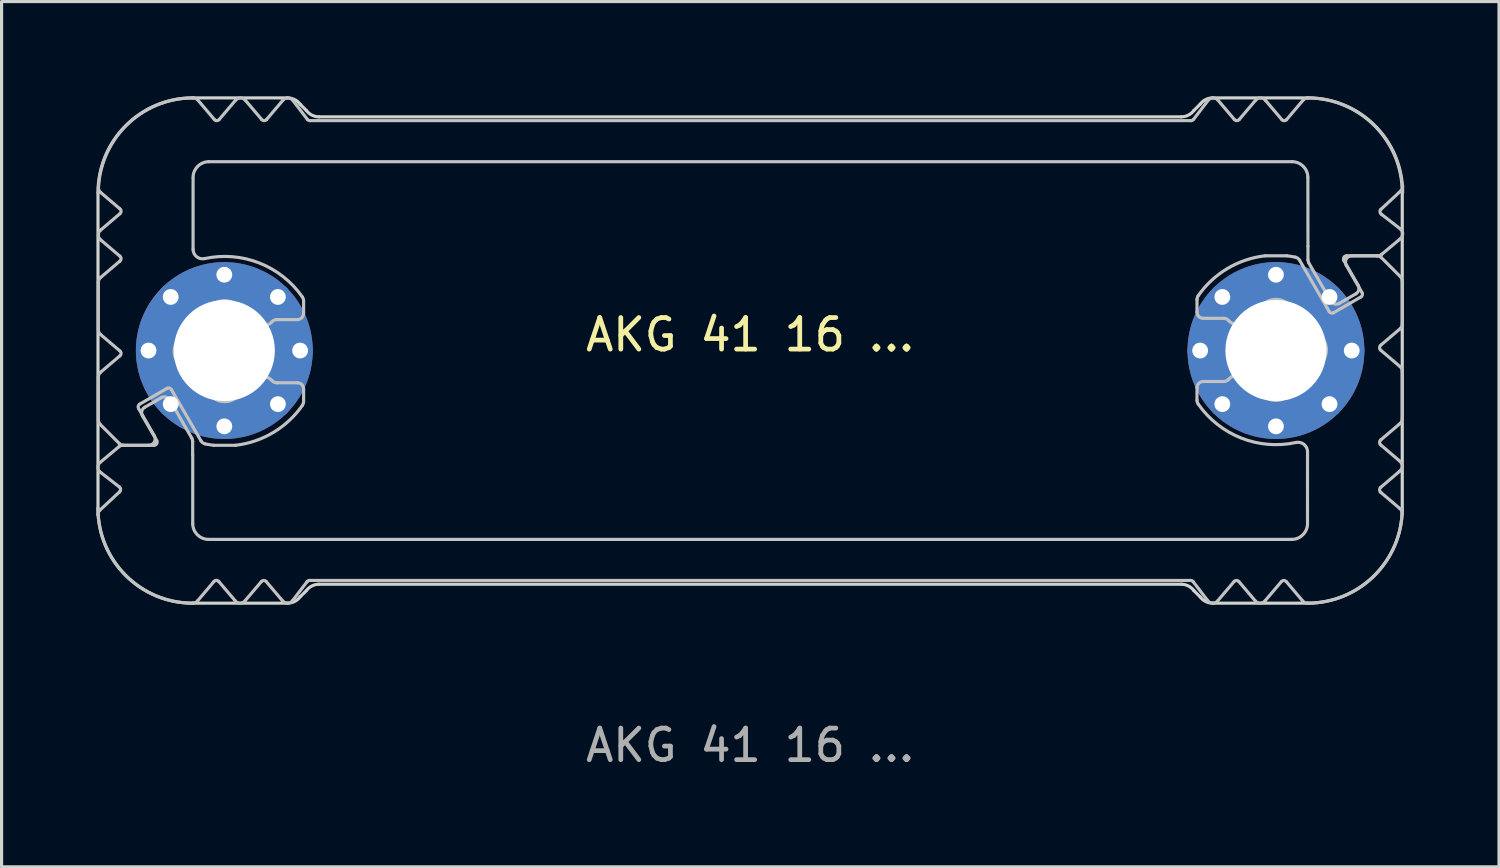
<source format=kicad_pcb>
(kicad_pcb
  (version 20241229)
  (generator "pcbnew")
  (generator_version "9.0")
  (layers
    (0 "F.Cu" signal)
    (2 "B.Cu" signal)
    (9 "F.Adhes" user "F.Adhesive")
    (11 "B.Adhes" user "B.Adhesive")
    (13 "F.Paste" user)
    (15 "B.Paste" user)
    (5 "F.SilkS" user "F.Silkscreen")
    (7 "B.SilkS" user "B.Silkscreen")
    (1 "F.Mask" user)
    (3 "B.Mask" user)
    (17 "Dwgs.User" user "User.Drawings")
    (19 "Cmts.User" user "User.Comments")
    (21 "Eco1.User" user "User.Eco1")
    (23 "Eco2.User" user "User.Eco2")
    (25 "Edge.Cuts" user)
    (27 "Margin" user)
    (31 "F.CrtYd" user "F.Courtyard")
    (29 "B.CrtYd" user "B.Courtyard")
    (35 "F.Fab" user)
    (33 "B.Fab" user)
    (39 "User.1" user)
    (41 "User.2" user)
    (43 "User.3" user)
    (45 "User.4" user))
  (footprint "AKG 41 16 ..."
    (layer "F.Cu")
    (at 20.703 8.05)
    (property "Reference" "AKG 41 16 ..." (at 0 -0.5 0) (unlocked yes) (layer "F.SilkS") (effects (font (size 1 1) (thickness 0.15))))
    (attr exclude_from_pos_files dnp)
    (fp_poly (pts (xy -13.996 -7.3) (xy 2.904 -7.3) (xy 2.904 -6) (xy -17.596 -6) (xy -17.596 -8) (xy -16.896 -7.2) (xy -16.146 -8) (xy -15.396 -7.2) (xy -14.646 -8)) (stroke (width 0.1) (type solid)) (fill yes) (layer "B.Mask"))
    (fp_poly (pts (xy -13.996 7.3) (xy 2.904 7.3) (xy 2.904 6) (xy -17.596 6) (xy -17.596 8) (xy -16.896 7.2) (xy -16.146 8) (xy -15.396 7.2) (xy -14.646 8)) (stroke (width 0.1) (type solid)) (fill yes) (layer "B.Mask"))
    (fp_poly (pts (xy 14.004 -7.3) (xy -2.896 -7.3) (xy -2.896 -6) (xy 17.604 -6) (xy 17.604 -8) (xy 16.904 -7.2) (xy 16.154 -8) (xy 15.404 -7.2) (xy 14.654 -8)) (stroke (width 0.1) (type solid)) (fill yes) (layer "B.Mask"))
    (fp_poly (pts (xy 14.004 7.3) (xy -2.896 7.3) (xy -2.896 6) (xy 17.604 6) (xy 17.604 8) (xy 16.904 7.2) (xy 16.154 8) (xy 15.404 7.2) (xy 14.654 8)) (stroke (width 0.1) (type solid)) (fill yes) (layer "B.Mask"))
    (fp_poly (pts (xy -17.696 -6.7) (xy -17.696 -4.7) (xy -17.696 0.1) (xy -19.796 0.1) (xy -20.596 -0.6) (xy -20.596 -2.2) (xy -19.696 -2.9) (xy -20.596 -3.7) (xy -19.796 -4.4) (xy -20.596 -5.1) (xy -20.596 -8) (xy -17.696 -8)) (stroke (width 0.1) (type solid)) (fill yes) (layer "B.Mask"))
    (fp_poly (pts (xy -17.696 6.7) (xy -17.696 4.7) (xy -17.696 0.1) (xy -19.796 0.1) (xy -20.596 0.8) (xy -20.596 2.2) (xy -19.796 3) (xy -20.596 3.7) (xy -19.796 4.4) (xy -20.596 5.1) (xy -20.596 8) (xy -17.696 8)) (stroke (width 0.1) (type solid)) (fill yes) (layer "B.Mask"))
    (fp_poly (pts (xy 17.704 -6.7) (xy 17.704 -4.7) (xy 17.704 -0.1) (xy 19.804 -0.1) (xy 20.604 -0.8) (xy 20.604 -2.2) (xy 19.804 -3) (xy 20.604 -3.7) (xy 19.804 -4.4) (xy 20.604 -5.1) (xy 20.604 -8) (xy 17.704 -8)) (stroke (width 0.1) (type solid)) (fill yes) (layer "B.Mask"))
    (fp_poly (pts (xy 17.704 6.7) (xy 17.704 4.7) (xy 17.704 -0.1) (xy 19.804 -0.1) (xy 20.604 0.6) (xy 20.604 2.2) (xy 19.704 2.9) (xy 20.604 3.7) (xy 19.804 4.4) (xy 20.604 5.1) (xy 20.604 8) (xy 17.704 8)) (stroke (width 0.1) (type solid)) (fill yes) (layer "B.Mask"))
    (fp_line (start -20.639 -0.66) (end -20.639 -2.16) (stroke (width 0.1) (type solid)) (layer "Dwgs.User"))
    (fp_line (start -20.639 2.197) (end -20.639 0.84) (stroke (width 0.1) (type solid)) (layer "Dwgs.User"))
    (fp_line (start -20.589 5.053) (end -19.965 4.473) (stroke (width 0.1) (type solid)) (layer "Dwgs.User"))
    (fp_line (start -20.583 3.543) (end -19.989 3.046) (stroke (width 0.1) (type solid)) (layer "Dwgs.User"))
    (fp_line (start -20.569 -3.812) (end -19.955 -4.334) (stroke (width 0.1) (type solid)) (layer "Dwgs.User"))
    (fp_line (start -20.569 -2.312) (end -19.955 -2.834) (stroke (width 0.1) (type solid)) (layer "Dwgs.User"))
    (fp_line (start -20.569 0.688) (end -19.955 0.166) (stroke (width 0.1) (type solid)) (layer "Dwgs.User"))
    (fp_line (start -19.978 2.941) (end -20.581 2.339) (stroke (width 0.1) (type solid)) (layer "Dwgs.User"))
    (fp_line (start -19.972 4.321) (end -20.575 3.853) (stroke (width 0.1) (type solid)) (layer "Dwgs.User"))
    (fp_line (start -19.955 -4.486) (end -20.569 -5.008) (stroke (width 0.1) (type solid)) (layer "Dwgs.User"))
    (fp_line (start -19.955 -2.986) (end -20.569 -3.508) (stroke (width 0.1) (type solid)) (layer "Dwgs.User"))
    (fp_line (start -19.955 0.014) (end -20.569 -0.508) (stroke (width 0.1) (type solid)) (layer "Dwgs.User"))
    (fp_line (start -19.86 3) (end -18.877 3) (stroke (width 0.1) (type solid)) (layer "Dwgs.User"))
    (fp_line (start -19.366 1.834) (end -18.866 2.7) (stroke (width 0.1) (type solid)) (layer "Dwgs.User"))
    (fp_line (start -19.168 1.795) (end -18.833 1.602) (stroke (width 0.1) (type solid)) (layer "Dwgs.User"))
    (fp_line (start -19.039 3) (end -19.836 3) (stroke (width 0.1) (type solid)) (layer "Dwgs.User"))
    (fp_line (start -18.833 1.602) (end -18.649 1.495) (stroke (width 0.1) (type solid)) (layer "Dwgs.User"))
    (fp_line (start -18.79 2.85) (end -19.242 2.068) (stroke (width 0.1) (type solid)) (layer "Dwgs.User"))
    (fp_line (start -18.463 1.197) (end -19.329 1.697) (stroke (width 0.1) (type solid)) (layer "Dwgs.User"))
    (fp_line (start -18.375 1.568) (end -17.68 2.773) (stroke (width 0.1) (type solid)) (layer "Dwgs.User"))
    (fp_line (start -17.653 2.873) (end -17.653 3.3) (stroke (width 0.1) (type solid)) (layer "Dwgs.User"))
    (fp_line (start -17.652 8) (end -17.652 8) (stroke (width 0.1) (type solid)) (layer "Dwgs.User"))
    (fp_line (start -17.651 8) (end -17.652 8) (stroke (width 0.1) (type solid)) (layer "Dwgs.User"))
    (fp_line (start -17.65 3.3) (end -17.65 5.48) (stroke (width 0.1) (type solid)) (layer "Dwgs.User"))
    (fp_line (start -17.639 -5.456) (end -17.639 -3.205) (stroke (width 0.1) (type solid)) (layer "Dwgs.User"))
    (fp_line (start -17.486 -7.929) (end -16.965 -7.315) (stroke (width 0.1) (type solid)) (layer "Dwgs.User"))
    (fp_line (start -17.388 2.86) (end -18.327 1.234) (stroke (width 0.1) (type solid)) (layer "Dwgs.User"))
    (fp_line (start -17.15 5.98) (end 17.15 5.98) (stroke (width 0.1) (type solid)) (layer "Dwgs.User"))
    (fp_line (start -16.979 7.315) (end -17.499 7.929) (stroke (width 0.1) (type solid)) (layer "Dwgs.User"))
    (fp_line (start -16.813 -7.315) (end -16.292 -7.929) (stroke (width 0.1) (type solid)) (layer "Dwgs.User"))
    (fp_line (start -16.314 7.914) (end -16.824 7.315) (stroke (width 0.1) (type solid)) (layer "Dwgs.User"))
    (fp_line (start -16.293 3) (end -16.985 3) (stroke (width 0.1) (type solid)) (layer "Dwgs.User"))
    (fp_line (start -15.987 -7.929) (end -15.465 -7.315) (stroke (width 0.1) (type solid)) (layer "Dwgs.User"))
    (fp_line (start -15.476 7.315) (end -15.998 7.929) (stroke (width 0.1) (type solid)) (layer "Dwgs.User"))
    (fp_line (start -15.313 -7.315) (end -14.792 -7.929) (stroke (width 0.1) (type solid)) (layer "Dwgs.User"))
    (fp_line (start -14.988 1.02) (end -14.339 1.02) (stroke (width 0.1) (type solid)) (layer "Dwgs.User"))
    (fp_line (start -14.803 7.929) (end -15.324 7.315) (stroke (width 0.1) (type solid)) (layer "Dwgs.User"))
    (fp_line (start -14.48 -7.922) (end -14.019 -7.319) (stroke (width 0.1) (type solid)) (layer "Dwgs.User"))
    (fp_line (start -14.339 -0.98) (end -14.988 -0.98) (stroke (width 0.1) (type solid)) (layer "Dwgs.User"))
    (fp_line (start -14.139 -1.577) (end -14.139 -1.18) (stroke (width 0.1) (type solid)) (layer "Dwgs.User"))
    (fp_line (start -14.139 1.22) (end -14.139 1.617) (stroke (width 0.1) (type solid)) (layer "Dwgs.User"))
    (fp_line (start -14.029 7.319) (end -14.491 7.922) (stroke (width 0.1) (type solid)) (layer "Dwgs.User"))
    (fp_line (start -13.939 -7.28) (end 13.961 -7.28) (stroke (width 0.1) (type solid)) (layer "Dwgs.User"))
    (fp_line (start 13.95 7.28) (end -13.95 7.28) (stroke (width 0.1) (type solid)) (layer "Dwgs.User"))
    (fp_line (start 14.04 -7.319) (end 14.502 -7.922) (stroke (width 0.1) (type solid)) (layer "Dwgs.User"))
    (fp_line (start 14.15 -1.22) (end 14.15 -1.617) (stroke (width 0.1) (type solid)) (layer "Dwgs.User"))
    (fp_line (start 14.15 1.577) (end 14.15 1.18) (stroke (width 0.1) (type solid)) (layer "Dwgs.User"))
    (fp_line (start 14.35 0.98) (end 14.999 0.98) (stroke (width 0.1) (type solid)) (layer "Dwgs.User"))
    (fp_line (start 14.491 7.922) (end 14.029 7.319) (stroke (width 0.1) (type solid)) (layer "Dwgs.User"))
    (fp_line (start 14.813 -7.929) (end 15.335 -7.315) (stroke (width 0.1) (type solid)) (layer "Dwgs.User"))
    (fp_line (start 14.999 -1.02) (end 14.35 -1.02) (stroke (width 0.1) (type solid)) (layer "Dwgs.User"))
    (fp_line (start 15.324 7.315) (end 14.802 7.929) (stroke (width 0.1) (type solid)) (layer "Dwgs.User"))
    (fp_line (start 15.487 -7.315) (end 16.008 -7.929) (stroke (width 0.1) (type solid)) (layer "Dwgs.User"))
    (fp_line (start 15.997 7.929) (end 15.476 7.315) (stroke (width 0.1) (type solid)) (layer "Dwgs.User"))
    (fp_line (start 16.304 -3) (end 16.996 -3) (stroke (width 0.1) (type solid)) (layer "Dwgs.User"))
    (fp_line (start 16.325 -7.914) (end 16.835 -7.315) (stroke (width 0.1) (type solid)) (layer "Dwgs.User"))
    (fp_line (start 16.824 7.315) (end 16.302 7.929) (stroke (width 0.1) (type solid)) (layer "Dwgs.User"))
    (fp_line (start 16.99 -7.315) (end 17.51 -7.929) (stroke (width 0.1) (type solid)) (layer "Dwgs.User"))
    (fp_line (start 17.161 -5.98) (end -17.139 -5.98) (stroke (width 0.1) (type solid)) (layer "Dwgs.User"))
    (fp_line (start 17.399 -2.86) (end 18.338 -1.234) (stroke (width 0.1) (type solid)) (layer "Dwgs.User"))
    (fp_line (start 17.496 7.929) (end 16.976 7.315) (stroke (width 0.1) (type solid)) (layer "Dwgs.User"))
    (fp_line (start 17.649 5.456) (end 17.65 3.205) (stroke (width 0.1) (type solid)) (layer "Dwgs.User"))
    (fp_line (start 17.662 -8) (end 17.662 -8) (stroke (width 0.1) (type solid)) (layer "Dwgs.User"))
    (fp_line (start 17.662 -8) (end 17.663 -8) (stroke (width 0.1) (type solid)) (layer "Dwgs.User"))
    (fp_line (start 17.664 -3.305) (end 17.661 -5.476) (stroke (width 0.1) (type solid)) (layer "Dwgs.User"))
    (fp_line (start 17.664 -2.873) (end 17.664 -3.3) (stroke (width 0.1) (type solid)) (layer "Dwgs.User"))
    (fp_line (start 18.386 -1.568) (end 17.691 -2.773) (stroke (width 0.1) (type solid)) (layer "Dwgs.User"))
    (fp_line (start 18.474 -1.197) (end 19.34 -1.697) (stroke (width 0.1) (type solid)) (layer "Dwgs.User"))
    (fp_line (start 18.801 -2.85) (end 19.252 -2.068) (stroke (width 0.1) (type solid)) (layer "Dwgs.User"))
    (fp_line (start 18.844 -1.602) (end 18.659 -1.495) (stroke (width 0.1) (type solid)) (layer "Dwgs.User"))
    (fp_line (start 19.05 -3) (end 19.847 -3) (stroke (width 0.1) (type solid)) (layer "Dwgs.User"))
    (fp_line (start 19.179 -1.795) (end 18.844 -1.602) (stroke (width 0.1) (type solid)) (layer "Dwgs.User"))
    (fp_line (start 19.377 -1.834) (end 18.877 -2.7) (stroke (width 0.1) (type solid)) (layer "Dwgs.User"))
    (fp_line (start 19.871 -3) (end 18.888 -3) (stroke (width 0.1) (type solid)) (layer "Dwgs.User"))
    (fp_line (start 19.965 -0.014) (end 20.579 0.508) (stroke (width 0.1) (type solid)) (layer "Dwgs.User"))
    (fp_line (start 19.965 2.986) (end 20.579 3.508) (stroke (width 0.1) (type solid)) (layer "Dwgs.User"))
    (fp_line (start 19.965 4.486) (end 20.579 5.008) (stroke (width 0.1) (type solid)) (layer "Dwgs.User"))
    (fp_line (start 19.983 -4.321) (end 20.586 -3.853) (stroke (width 0.1) (type solid)) (layer "Dwgs.User"))
    (fp_line (start 19.989 -2.941) (end 20.591 -2.339) (stroke (width 0.1) (type solid)) (layer "Dwgs.User"))
    (fp_line (start 20.579 -0.688) (end 19.965 -0.166) (stroke (width 0.1) (type solid)) (layer "Dwgs.User"))
    (fp_line (start 20.579 2.312) (end 19.965 2.834) (stroke (width 0.1) (type solid)) (layer "Dwgs.User"))
    (fp_line (start 20.579 3.812) (end 19.965 4.334) (stroke (width 0.1) (type solid)) (layer "Dwgs.User"))
    (fp_line (start 20.593 -3.543) (end 19.999 -3.047) (stroke (width 0.1) (type solid)) (layer "Dwgs.User"))
    (fp_line (start 20.6 -5.053) (end 19.976 -4.473) (stroke (width 0.1) (type solid)) (layer "Dwgs.User"))
    (fp_line (start 20.65 -2.197) (end 20.65 -0.84) (stroke (width 0.1) (type solid)) (layer "Dwgs.User"))
    (fp_line (start 20.65 0.66) (end 20.65 2.16) (stroke (width 0.1) (type solid)) (layer "Dwgs.User"))
    (fp_arc (start -20.652431 5.214496) (mid -20.63921 5.126511) (end -20.589103 5.05299) (stroke (width 0.1) (type solid)) (layer "Dwgs.User"))
    (fp_arc (start -20.63919 -2.16003) (mid -20.620691 -2.24403) (end -20.568628 -2.312496) (stroke (width 0.1) (type solid)) (layer "Dwgs.User"))
    (fp_arc (start -20.63919 0.83997) (mid -20.620691 0.75597) (end -20.568628 0.687504) (stroke (width 0.1) (type solid)) (layer "Dwgs.User"))
    (fp_arc (start -20.638629 -5.00003) (mid -19.759776 -7.121528) (end -17.638132 -8.00003) (stroke (width 0.1) (type solid)) (layer "Dwgs.User"))
    (fp_arc (start -20.580611 2.338548) (mid -20.623952 2.273658) (end -20.63919 2.197127) (stroke (width 0.1) (type solid)) (layer "Dwgs.User"))
    (fp_arc (start -20.575499 3.853059) (mid -20.652937 3.699538) (end -20.582592 3.542641) (stroke (width 0.1) (type solid)) (layer "Dwgs.User"))
    (fp_arc (start -20.568628 -5.007564) (mid -20.623021 -5.081251) (end -20.638863 -5.171459) (stroke (width 0.1) (type solid)) (layer "Dwgs.User"))
    (fp_arc (start -20.568628 -3.507564) (mid -20.639188 -3.66003) (end -20.568628 -3.812496) (stroke (width 0.1) (type solid)) (layer "Dwgs.User"))
    (fp_arc (start -20.568628 -0.507564) (mid -20.620694 -0.576029) (end -20.63919 -0.66003) (stroke (width 0.1) (type solid)) (layer "Dwgs.User"))
    (fp_arc (start -19.988668 3.046481) (mid -19.928648 3.011946) (end -19.860445 2.99997) (stroke (width 0.1) (type solid)) (layer "Dwgs.User"))
    (fp_arc (start -19.971739 4.320925) (mid -19.933088 4.395508) (end -19.964937 4.473239) (stroke (width 0.1) (type solid)) (layer "Dwgs.User"))
    (fp_arc (start -19.954583 -4.486263) (mid -19.919295 -4.41003) (end -19.954583 -4.333797) (stroke (width 0.1) (type solid)) (layer "Dwgs.User"))
    (fp_arc (start -19.954583 -2.986263) (mid -19.919295 -2.91003) (end -19.954583 -2.833797) (stroke (width 0.1) (type solid)) (layer "Dwgs.User"))
    (fp_arc (start -19.954583 0.013737) (mid -19.919295 0.08997) (end -19.954583 0.166203) (stroke (width 0.1) (type solid)) (layer "Dwgs.User"))
    (fp_arc (start -19.836347 2.99997) (mid -19.912877 2.984729) (end -19.977769 2.941391) (stroke (width 0.1) (type solid)) (layer "Dwgs.User"))
    (fp_arc (start -19.365985 1.833944) (mid -19.375952 1.758068) (end -19.329382 1.697342) (stroke (width 0.1) (type solid)) (layer "Dwgs.User"))
    (fp_arc (start -19.241514 2.068343) (mid -19.261468 1.916586) (end -19.168309 1.795138) (stroke (width 0.1) (type solid)) (layer "Dwgs.User"))
    (fp_arc (start -18.865985 2.69997) (mid -18.865978 2.899974) (end -19.03919 2.99997) (stroke (width 0.1) (type solid)) (layer "Dwgs.User"))
    (fp_arc (start -18.790241 2.84997) (mid -18.790233 2.949975) (end -18.876844 2.99997) (stroke (width 0.1) (type solid)) (layer "Dwgs.User"))
    (fp_arc (start -18.648694 1.495138) (mid -18.496932 1.475166) (end -18.375489 1.568343) (stroke (width 0.1) (type solid)) (layer "Dwgs.User"))
    (fp_arc (start -18.463357 1.197342) (mid -18.387485 1.187387) (end -18.326754 1.233944) (stroke (width 0.1) (type solid)) (layer "Dwgs.User"))
    (fp_arc (start -17.80419 -0.556897) (mid -17.558426 -0.899266) (end -17.216057 -1.14503) (stroke (width 0.1) (type solid)) (layer "Dwgs.User"))
    (fp_arc (start -17.80419 0.596836) (mid -18.239189 0.01997) (end -17.80419 -0.556897) (stroke (width 0.1) (type solid)) (layer "Dwgs.User"))
    (fp_arc (start -17.679787 2.773333) (mid -17.659797 2.821567) (end -17.652992 2.873333) (stroke (width 0.1) (type solid)) (layer "Dwgs.User"))
    (fp_arc (start -17.651935 7.99997) (mid -19.773559 7.121448) (end -20.652431 4.99997) (stroke (width 0.1) (type solid)) (layer "Dwgs.User"))
    (fp_arc (start -17.63919 -5.48003) (mid -17.492738 -5.833578) (end -17.13919 -5.98003) (stroke (width 0.1) (type solid)) (layer "Dwgs.User"))
    (fp_arc (start -17.638132 -8.00003) (mid -17.554059 -7.98147) (end -17.485563 -7.929306) (stroke (width 0.1) (type solid)) (layer "Dwgs.User"))
    (fp_arc (start -17.499192 7.929246) (mid -17.567408 7.9813) (end -17.651161 7.999969) (stroke (width 0.1) (type solid)) (layer "Dwgs.User"))
    (fp_arc (start -17.275554 -2.911761) (mid -17.527487 -2.97138) (end -17.63919 -3.204934) (stroke (width 0.1) (type solid)) (layer "Dwgs.User"))
    (fp_arc (start -17.275554 -2.911761) (mid -15.540142 -2.771458) (end -14.174904 -1.690965) (stroke (width 0.1) (type solid)) (layer "Dwgs.User"))
    (fp_arc (start -17.255732 2.955932) (mid -17.331984 2.922143) (end -17.387834 2.860201) (stroke (width 0.1) (type solid)) (layer "Dwgs.User"))
    (fp_arc (start -17.216057 -1.14503) (mid -16.63919 -1.58003) (end -16.062323 -1.14503) (stroke (width 0.1) (type solid)) (layer "Dwgs.User"))
    (fp_arc (start -17.216057 1.18497) (mid -17.55843 0.939209) (end -17.80419 0.596836) (stroke (width 0.1) (type solid)) (layer "Dwgs.User"))
    (fp_arc (start -17.150049 5.97997) (mid -17.503577 5.833498) (end -17.650049 5.47997) (stroke (width 0.1) (type solid)) (layer "Dwgs.User"))
    (fp_arc (start -16.985022 2.99997) (mid -17.120881 2.981048) (end -17.255732 2.955932) (stroke (width 0.1) (type solid)) (layer "Dwgs.User"))
    (fp_arc (start -16.979121 7.315332) (mid -16.901541 7.278264) (end -16.823885 7.315171) (stroke (width 0.1) (type solid)) (layer "Dwgs.User"))
    (fp_arc (start -16.812951 -7.315318) (mid -16.889181 -7.280019) (end -16.965417 -7.315305) (stroke (width 0.1) (type solid)) (layer "Dwgs.User"))
    (fp_arc (start -16.291667 -7.929455) (mid -16.13919 -8.000029) (end -15.986712 -7.929455) (stroke (width 0.1) (type solid)) (layer "Dwgs.User"))
    (fp_arc (start -16.062323 -1.14503) (mid -15.880199 -1.035459) (end -15.718362 -0.897677) (stroke (width 0.1) (type solid)) (layer "Dwgs.User"))
    (fp_arc (start -16.062323 1.18497) (mid -16.63919 1.61997) (end -17.216057 1.18497) (stroke (width 0.1) (type solid)) (layer "Dwgs.User"))
    (fp_arc (start -15.997571 7.929394) (mid -16.159557 7.999707) (end -16.314131 7.914325) (stroke (width 0.1) (type solid)) (layer "Dwgs.User"))
    (fp_arc (start -15.718362 0.937617) (mid -15.880203 1.075392) (end -16.062323 1.18497) (stroke (width 0.1) (type solid)) (layer "Dwgs.User"))
    (fp_arc (start -15.718362 0.937617) (mid -15.424243 0.820096) (end -15.136888 0.953303) (stroke (width 0.1) (type solid)) (layer "Dwgs.User"))
    (fp_arc (start -15.476288 7.315258) (mid -15.400049 7.27997) (end -15.32381 7.315258) (stroke (width 0.1) (type solid)) (layer "Dwgs.User"))
    (fp_arc (start -15.312951 -7.315318) (mid -15.38919 -7.28003) (end -15.465429 -7.315318) (stroke (width 0.1) (type solid)) (layer "Dwgs.User"))
    (fp_arc (start -15.136888 -0.913364) (mid -15.424244 -0.780195) (end -15.718362 -0.897677) (stroke (width 0.1) (type solid)) (layer "Dwgs.User"))
    (fp_arc (start -15.136888 -0.913364) (mid -15.069468 -0.962607) (end -14.987817 -0.98003) (stroke (width 0.1) (type solid)) (layer "Dwgs.User"))
    (fp_arc (start -14.987817 1.01997) (mid -15.069464 1.002537) (end -15.136888 0.953303) (stroke (width 0.1) (type solid)) (layer "Dwgs.User"))
    (fp_arc (start -14.791667 -7.929455) (mid -14.634216 -7.999958) (end -14.480466 -7.921713) (stroke (width 0.1) (type solid)) (layer "Dwgs.User"))
    (fp_arc (start -14.491325 7.921653) (mid -14.645076 7.999873) (end -14.802527 7.929394) (stroke (width 0.1) (type solid)) (layer "Dwgs.User"))
    (fp_arc (start -14.33919 1.01997) (mid -14.197772 1.078552) (end -14.13919 1.21997) (stroke (width 0.1) (type solid)) (layer "Dwgs.User"))
    (fp_arc (start -14.174904 -1.690965) (mid -14.148333 -1.636662) (end -14.13919 -1.576902) (stroke (width 0.1) (type solid)) (layer "Dwgs.User"))
    (fp_arc (start -14.174904 1.730904) (mid -15.097492 2.593529) (end -16.293358 2.99997) (stroke (width 0.1) (type solid)) (layer "Dwgs.User"))
    (fp_arc (start -14.13919 -1.18003) (mid -14.197762 -1.038602) (end -14.33919 -0.98003) (stroke (width 0.1) (type solid)) (layer "Dwgs.User"))
    (fp_arc (start -14.13919 1.616842) (mid -14.148317 1.676607) (end -14.174904 1.730904) (stroke (width 0.1) (type solid)) (layer "Dwgs.User"))
    (fp_arc (start -14.029411 7.319129) (mid -13.994304 7.290279) (end -13.950049 7.27997) (stroke (width 0.1) (type solid)) (layer "Dwgs.User"))
    (fp_arc (start -13.93919 -7.28003) (mid -13.98344 -7.29035) (end -14.018552 -7.319189) (stroke (width 0.1) (type solid)) (layer "Dwgs.User"))
    (fp_arc (start 13.949951 7.27997) (mid 13.99419 7.290312) (end 14.029313 7.319129) (stroke (width 0.1) (type solid)) (layer "Dwgs.User"))
    (fp_arc (start 14.040172 -7.319189) (mid 14.005062 -7.290341) (end 13.96081 -7.28003) (stroke (width 0.1) (type solid)) (layer "Dwgs.User"))
    (fp_arc (start 14.149951 -1.616902) (mid 14.159085 -1.676664) (end 14.185665 -1.730964) (stroke (width 0.1) (type solid)) (layer "Dwgs.User"))
    (fp_arc (start 14.149951 1.17997) (mid 14.208523 1.038542) (end 14.349951 0.97997) (stroke (width 0.1) (type solid)) (layer "Dwgs.User"))
    (fp_arc (start 14.185665 -1.730964) (mid 15.10825 -2.593595) (end 16.304119 -3.00003) (stroke (width 0.1) (type solid)) (layer "Dwgs.User"))
    (fp_arc (start 14.185665 1.690905) (mid 14.159091 1.636603) (end 14.149951 1.576842) (stroke (width 0.1) (type solid)) (layer "Dwgs.User"))
    (fp_arc (start 14.349951 -1.02003) (mid 14.208555 -1.078634) (end 14.149951 -1.22003) (stroke (width 0.1) (type solid)) (layer "Dwgs.User"))
    (fp_arc (start 14.502086 -7.921713) (mid 14.655833 -7.999949) (end 14.813288 -7.929455) (stroke (width 0.1) (type solid)) (layer "Dwgs.User"))
    (fp_arc (start 14.802429 7.929394) (mid 14.644978 7.999873) (end 14.491227 7.921653) (stroke (width 0.1) (type solid)) (layer "Dwgs.User"))
    (fp_arc (start 14.998578 -1.02003) (mid 15.080232 -1.002613) (end 15.147649 -0.953363) (stroke (width 0.1) (type solid)) (layer "Dwgs.User"))
    (fp_arc (start 15.147649 0.913304) (mid 15.080225 0.96254) (end 14.998578 0.97997) (stroke (width 0.1) (type solid)) (layer "Dwgs.User"))
    (fp_arc (start 15.147649 0.913304) (mid 15.435004 0.780112) (end 15.729123 0.897617) (stroke (width 0.1) (type solid)) (layer "Dwgs.User"))
    (fp_arc (start 15.323712 7.315258) (mid 15.399951 7.27997) (end 15.47619 7.315258) (stroke (width 0.1) (type solid)) (layer "Dwgs.User"))
    (fp_arc (start 15.487049 -7.315318) (mid 15.41081 -7.28003) (end 15.334571 -7.315318) (stroke (width 0.1) (type solid)) (layer "Dwgs.User"))
    (fp_arc (start 15.729123 -0.937677) (mid 15.435005 -0.820179) (end 15.147649 -0.953363) (stroke (width 0.1) (type solid)) (layer "Dwgs.User"))
    (fp_arc (start 15.729123 -0.937677) (mid 15.890962 -1.075455) (end 16.073084 -1.18503) (stroke (width 0.1) (type solid)) (layer "Dwgs.User"))
    (fp_arc (start 16.008333 -7.929455) (mid 16.170316 -7.999785) (end 16.324892 -7.914385) (stroke (width 0.1) (type solid)) (layer "Dwgs.User"))
    (fp_arc (start 16.073084 -1.18503) (mid 16.649951 -1.62003) (end 17.226818 -1.18503) (stroke (width 0.1) (type solid)) (layer "Dwgs.User"))
    (fp_arc (start 16.073084 1.14497) (mid 15.890964 1.035394) (end 15.729123 0.897617) (stroke (width 0.1) (type solid)) (layer "Dwgs.User"))
    (fp_arc (start 16.302429 7.929394) (mid 16.149951 7.99997) (end 15.997473 7.929394) (stroke (width 0.1) (type solid)) (layer "Dwgs.User"))
    (fp_arc (start 16.823712 7.315258) (mid 16.899942 7.279935) (end 16.976178 7.315245) (stroke (width 0.1) (type solid)) (layer "Dwgs.User"))
    (fp_arc (start 16.989882 -7.315392) (mid 16.912303 -7.278341) (end 16.834646 -7.315231) (stroke (width 0.1) (type solid)) (layer "Dwgs.User"))
    (fp_arc (start 16.995783 -3.00003) (mid 17.131641 -2.981106) (end 17.266493 -2.955992) (stroke (width 0.1) (type solid)) (layer "Dwgs.User"))
    (fp_arc (start 17.16081 -5.98003) (mid 17.514368 -5.833582) (end 17.66081 -5.48003) (stroke (width 0.1) (type solid)) (layer "Dwgs.User"))
    (fp_arc (start 17.226818 -1.18503) (mid 17.569182 -0.93926) (end 17.814951 -0.596896) (stroke (width 0.1) (type solid)) (layer "Dwgs.User"))
    (fp_arc (start 17.226818 1.14497) (mid 16.649951 1.57997) (end 16.073084 1.14497) (stroke (width 0.1) (type solid)) (layer "Dwgs.User"))
    (fp_arc (start 17.266493 -2.955992) (mid 17.342755 -2.922217) (end 17.398595 -2.860261) (stroke (width 0.1) (type solid)) (layer "Dwgs.User"))
    (fp_arc (start 17.286315 2.9117) (mid 15.550891 2.771429) (end 14.185665 1.690905) (stroke (width 0.1) (type solid)) (layer "Dwgs.User"))
    (fp_arc (start 17.286315 2.9117) (mid 17.538271 2.971291) (end 17.649951 3.204873) (stroke (width 0.1) (type solid)) (layer "Dwgs.User"))
    (fp_arc (start 17.509953 -7.929306) (mid 17.578162 -7.98138) (end 17.661922 -8.000029) (stroke (width 0.1) (type solid)) (layer "Dwgs.User"))
    (fp_arc (start 17.648893 7.99997) (mid 17.56481 7.981432) (end 17.496324 7.929246) (stroke (width 0.1) (type solid)) (layer "Dwgs.User"))
    (fp_arc (start 17.649951 5.47997) (mid 17.503498 5.833517) (end 17.149951 5.97997) (stroke (width 0.1) (type solid)) (layer "Dwgs.User"))
    (fp_arc (start 17.662696 -8.00003) (mid 19.784342 -7.121531) (end 20.663192 -5.00003) (stroke (width 0.1) (type solid)) (layer "Dwgs.User"))
    (fp_arc (start 17.690548 -2.773393) (mid 17.670566 -2.821629) (end 17.663753 -2.873393) (stroke (width 0.1) (type solid)) (layer "Dwgs.User"))
    (fp_arc (start 17.814951 -0.596896) (mid 18.249993 -0.02003) (end 17.814951 0.556837) (stroke (width 0.1) (type solid)) (layer "Dwgs.User"))
    (fp_arc (start 17.814951 0.556837) (mid 17.569185 0.899204) (end 17.226818 1.14497) (stroke (width 0.1) (type solid)) (layer "Dwgs.User"))
    (fp_arc (start 18.474118 -1.197402) (mid 18.398233 -1.1874) (end 18.337515 -1.234004) (stroke (width 0.1) (type solid)) (layer "Dwgs.User"))
    (fp_arc (start 18.659455 -1.495198) (mid 18.507701 -1.475253) (end 18.38625 -1.568403) (stroke (width 0.1) (type solid)) (layer "Dwgs.User"))
    (fp_arc (start 18.801002 -2.85003) (mid 18.801009 -2.950026) (end 18.887605 -3.00003) (stroke (width 0.1) (type solid)) (layer "Dwgs.User"))
    (fp_arc (start 18.876746 -2.70003) (mid 18.876753 -2.900026) (end 19.049951 -3.00003) (stroke (width 0.1) (type solid)) (layer "Dwgs.User"))
    (fp_arc (start 19.252275 -2.068403) (mid 19.272244 -1.916642) (end 19.17907 -1.795198) (stroke (width 0.1) (type solid)) (layer "Dwgs.User"))
    (fp_arc (start 19.376746 -1.834004) (mid 19.386719 -1.758127) (end 19.340143 -1.697402) (stroke (width 0.1) (type solid)) (layer "Dwgs.User"))
    (fp_arc (start 19.847108 -3.00003) (mid 19.923644 -2.984804) (end 19.98853 -2.941451) (stroke (width 0.1) (type solid)) (layer "Dwgs.User"))
    (fp_arc (start 19.965344 -0.013797) (mid 19.930082 -0.09003) (end 19.965344 -0.166263) (stroke (width 0.1) (type solid)) (layer "Dwgs.User"))
    (fp_arc (start 19.965344 2.986203) (mid 19.930082 2.90997) (end 19.965344 2.833737) (stroke (width 0.1) (type solid)) (layer "Dwgs.User"))
    (fp_arc (start 19.965344 4.486203) (mid 19.930082 4.40997) (end 19.965344 4.333737) (stroke (width 0.1) (type solid)) (layer "Dwgs.User"))
    (fp_arc (start 19.9825 -4.320985) (mid 19.943877 -4.395569) (end 19.975698 -4.473299) (stroke (width 0.1) (type solid)) (layer "Dwgs.User"))
    (fp_arc (start 19.999429 -3.046541) (mid 19.939406 -3.012014) (end 19.871206 -3.00003) (stroke (width 0.1) (type solid)) (layer "Dwgs.User"))
    (fp_arc (start 20.579389 0.507504) (mid 20.631446 0.575973) (end 20.649951 0.65997) (stroke (width 0.1) (type solid)) (layer "Dwgs.User"))
    (fp_arc (start 20.579389 3.507504) (mid 20.649975 3.65997) (end 20.579389 3.812436) (stroke (width 0.1) (type solid)) (layer "Dwgs.User"))
    (fp_arc (start 20.579389 5.007504) (mid 20.633797 5.081185) (end 20.649624 5.171399) (stroke (width 0.1) (type solid)) (layer "Dwgs.User"))
    (fp_arc (start 20.58626 -3.853119) (mid 20.663725 -3.699599) (end 20.593353 -3.542701) (stroke (width 0.1) (type solid)) (layer "Dwgs.User"))
    (fp_arc (start 20.591372 -2.338608) (mid 20.634725 -2.273723) (end 20.649951 -2.197187) (stroke (width 0.1) (type solid)) (layer "Dwgs.User"))
    (fp_arc (start 20.64939 4.99997) (mid 19.770537 7.121468) (end 17.648893 7.99997) (stroke (width 0.1) (type solid)) (layer "Dwgs.User"))
    (fp_arc (start 20.649951 -0.84003) (mid 20.631454 -0.756029) (end 20.579389 -0.687564) (stroke (width 0.1) (type solid)) (layer "Dwgs.User"))
    (fp_arc (start 20.649951 2.15997) (mid 20.631454 2.243971) (end 20.579389 2.312436) (stroke (width 0.1) (type solid)) (layer "Dwgs.User"))
    (fp_arc (start 20.663192 -5.214556) (mid 20.649916 -5.126598) (end 20.599864 -5.05305) (stroke (width 0.1) (type solid)) (layer "Dwgs.User"))
    (fp_line (start -20.65 -5) (end -20.65 5) (stroke (width 0.1) (type solid)) (layer "Edge.Cuts"))
    (fp_line (start -17.65 -8) (end -14.65 -8) (stroke (width 0.1) (type solid)) (layer "Edge.Cuts"))
    (fp_line (start -17.65 8) (end -14.65 8) (stroke (width 0.1) (type solid)) (layer "Edge.Cuts"))
    (fp_line (start -14.05 -7.6) (end -14.25 -7.8) (stroke (width 0.1) (type solid)) (layer "Edge.Cuts"))
    (fp_line (start -14.05 7.6) (end -14.25 7.8) (stroke (width 0.1) (type solid)) (layer "Edge.Cuts"))
    (fp_line (start -13.65 -7.4) (end 13.65 -7.4) (stroke (width 0.1) (type solid)) (layer "Edge.Cuts"))
    (fp_line (start -13.65 7.4) (end 13.65 7.4) (stroke (width 0.1) (type solid)) (layer "Edge.Cuts"))
    (fp_line (start 14.05 -7.6) (end 14.25 -7.8) (stroke (width 0.1) (type solid)) (layer "Edge.Cuts"))
    (fp_line (start 14.05 7.6) (end 14.25 7.8) (stroke (width 0.1) (type solid)) (layer "Edge.Cuts"))
    (fp_line (start 17.65 -8) (end 14.65 -8) (stroke (width 0.1) (type solid)) (layer "Edge.Cuts"))
    (fp_line (start 17.65 8) (end 14.65 8) (stroke (width 0.1) (type solid)) (layer "Edge.Cuts"))
    (fp_line (start 20.65 -5) (end 20.65 5) (stroke (width 0.1) (type solid)) (layer "Edge.Cuts"))
    (fp_arc (start -20.65 -5) (mid -19.77132 -7.12132) (end -17.65 -8) (stroke (width 0.1) (type solid)) (layer "Edge.Cuts"))
    (fp_arc (start -17.65 8) (mid -19.77132 7.12132) (end -20.65 5) (stroke (width 0.1) (type solid)) (layer "Edge.Cuts"))
    (fp_arc (start -14.65 -8) (mid -14.426393 -7.947214) (end -14.25 -7.8) (stroke (width 0.1) (type solid)) (layer "Edge.Cuts"))
    (fp_arc (start -14.25 7.8) (mid -14.426393 7.947214) (end -14.65 8) (stroke (width 0.1) (type solid)) (layer "Edge.Cuts"))
    (fp_arc (start -14.05 7.6) (mid -13.873607 7.452786) (end -13.65 7.4) (stroke (width 0.1) (type solid)) (layer "Edge.Cuts"))
    (fp_arc (start -13.65 -7.4) (mid -13.873607 -7.452786) (end -14.05 -7.6) (stroke (width 0.1) (type solid)) (layer "Edge.Cuts"))
    (fp_arc (start 13.65 7.4) (mid 13.873607 7.452786) (end 14.05 7.6) (stroke (width 0.1) (type solid)) (layer "Edge.Cuts"))
    (fp_arc (start 14.05 -7.6) (mid 13.873607 -7.452786) (end 13.65 -7.4) (stroke (width 0.1) (type solid)) (layer "Edge.Cuts"))
    (fp_arc (start 14.25 -7.8) (mid 14.426393 -7.947214) (end 14.65 -8) (stroke (width 0.1) (type solid)) (layer "Edge.Cuts"))
    (fp_arc (start 14.65 8) (mid 14.426393 7.947214) (end 14.25 7.8) (stroke (width 0.1) (type solid)) (layer "Edge.Cuts"))
    (fp_arc (start 17.65 -8) (mid 19.77132 -7.12132) (end 20.65 -5) (stroke (width 0.1) (type solid)) (layer "Edge.Cuts"))
    (fp_arc (start 20.65 5) (mid 19.77132 7.12132) (end 17.65 8) (stroke (width 0.1) (type solid)) (layer "Edge.Cuts"))
    (fp_text user "${REFERENCE}" (at 0 12.5 0) (layer "F.Fab") (effects (font (size 1 1) (thickness 0.15))))
    (pad "1" thru_hole circle (at -19.05 0) (size 0.8 0.8) (drill 0.5) (layers "*.Cu" "*.Mask"))
    (pad "1" thru_hole circle (at -18.347 -1.697) (size 0.8 0.8) (drill 0.5) (layers "*.Cu" "*.Mask"))
    (pad "1" thru_hole circle (at -18.347 1.697) (size 0.8 0.8) (drill 0.5) (layers "*.Cu" "*.Mask"))
    (pad "1" thru_hole circle (at -16.65 -2.4) (size 0.8 0.8) (drill 0.5) (layers "*.Cu" "*.Mask"))
    (pad "1" thru_hole circle (at -16.65 0) (size 5.6 5.6) (drill 3.2) (layers "*.Cu" "*.Mask"))
    (pad "1" thru_hole circle (at -16.65 2.4) (size 0.8 0.8) (drill 0.5) (layers "*.Cu" "*.Mask"))
    (pad "1" thru_hole circle (at -14.953 -1.697) (size 0.8 0.8) (drill 0.5) (layers "*.Cu" "*.Mask"))
    (pad "1" thru_hole circle (at -14.953 1.697) (size 0.8 0.8) (drill 0.5) (layers "*.Cu" "*.Mask"))
    (pad "1" thru_hole circle (at -14.25 0) (size 0.8 0.8) (drill 0.5) (layers "*.Cu" "*.Mask"))
    (pad "1" thru_hole circle (at 14.25 0) (size 0.8 0.8) (drill 0.5) (layers "*.Cu" "*.Mask"))
    (pad "1" thru_hole circle (at 14.953 -1.697) (size 0.8 0.8) (drill 0.5) (layers "*.Cu" "*.Mask"))
    (pad "1" thru_hole circle (at 14.953 1.697) (size 0.8 0.8) (drill 0.5) (layers "*.Cu" "*.Mask"))
    (pad "1" thru_hole circle (at 16.65 -2.4) (size 0.8 0.8) (drill 0.5) (layers "*.Cu" "*.Mask"))
    (pad "1" thru_hole circle (at 16.65 0) (size 5.6 5.6) (drill 3.2) (layers "*.Cu" "*.Mask"))
    (pad "1" thru_hole circle (at 16.65 2.4) (size 0.8 0.8) (drill 0.5) (layers "*.Cu" "*.Mask"))
    (pad "1" thru_hole circle (at 18.347 -1.697) (size 0.8 0.8) (drill 0.5) (layers "*.Cu" "*.Mask"))
    (pad "1" thru_hole circle (at 18.347 1.697) (size 0.8 0.8) (drill 0.5) (layers "*.Cu" "*.Mask"))
    (pad "1" thru_hole circle (at 19.05 0) (size 0.8 0.8) (drill 0.5) (layers "*.Cu" "*.Mask")))
  (gr_rect
    (start -3 -3)
    (end 44.417 24.398)
    (stroke (width 0.1) (type default))
    (fill no)
    (layer "Edge.Cuts")))
</source>
